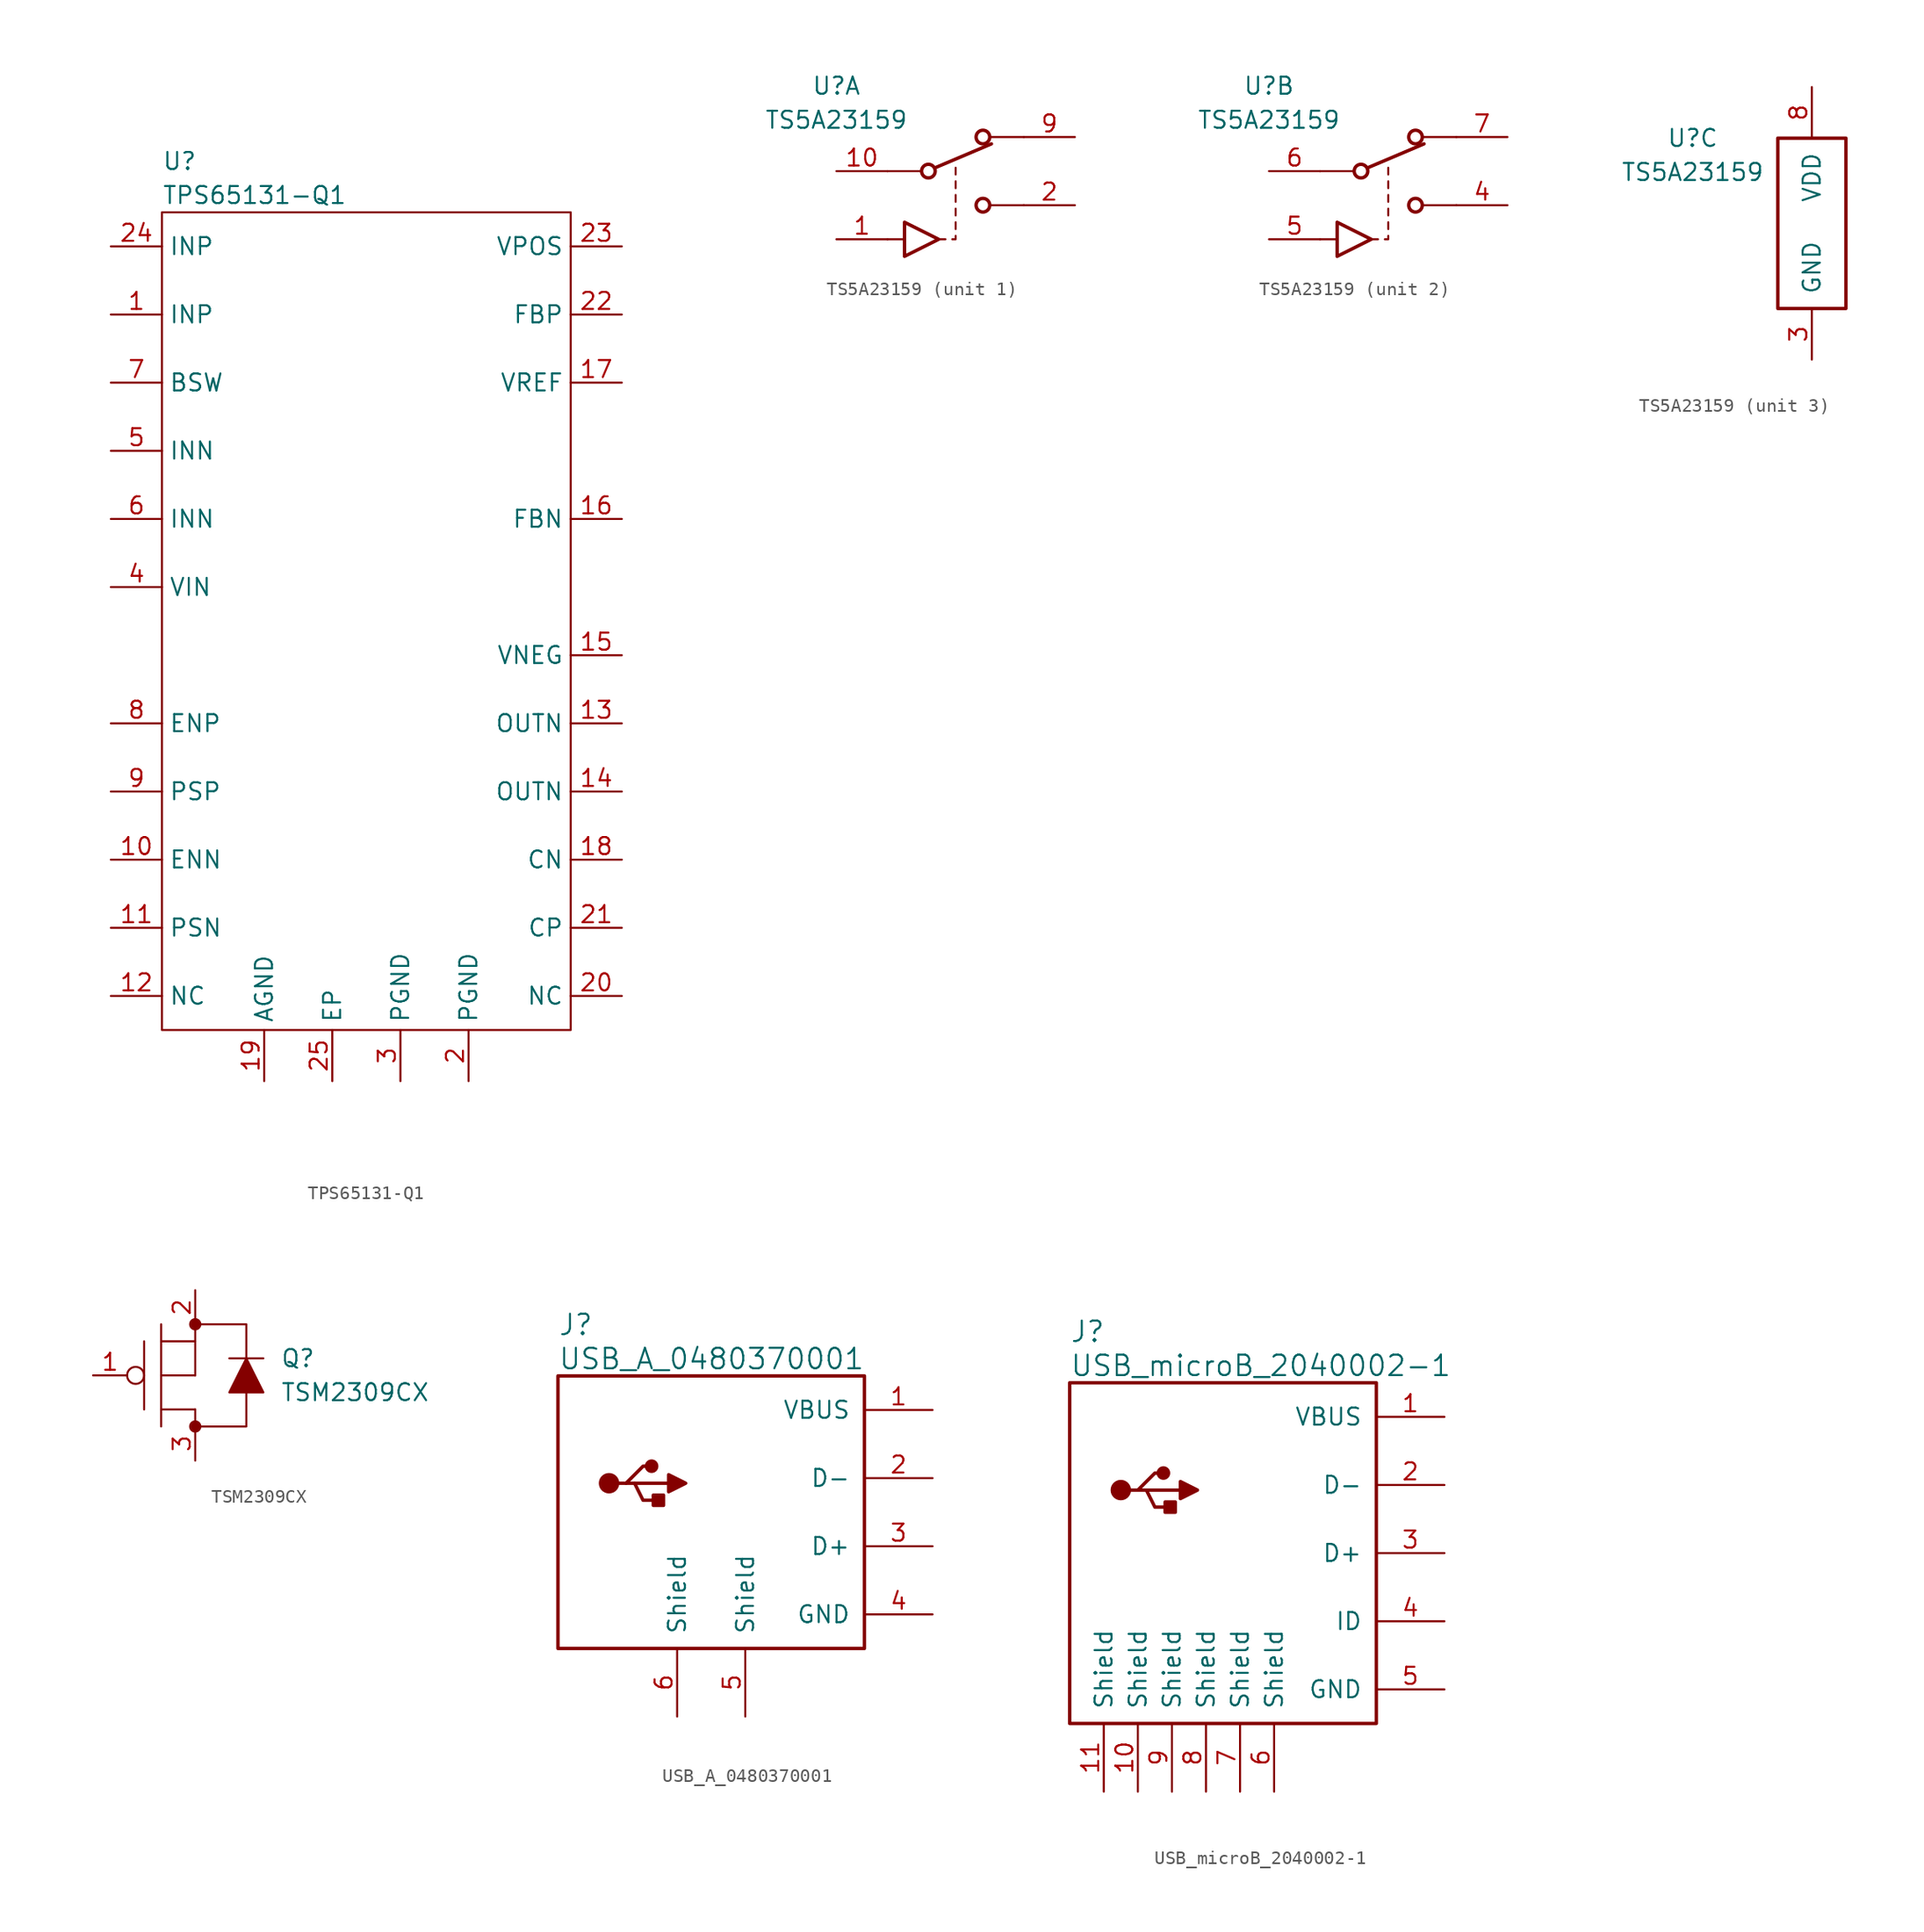
<source format=kicad_sym>
(kicad_symbol_lib
  (version 20211014)
  (generator kicad_symbol_editor)
  (symbol "TPS65131-Q1"
    (property "Reference" "U"
      (at -15.24 34.29 0)
      (effects (font (size 1.27 1.27)) (justify left)))
    (property "Value" "TPS65131-Q1"
      (at -15.24 31.75 0)
      (effects (font (size 1.27 1.27)) (justify left)))
    (symbol "TPS65131-Q1_0_1"
      (rectangle (start -15.24 30.48) (end 15.24 -30.48) (stroke (width 0) (type default) (color 0 0 0 0)) (fill (type none))))
    (symbol "TPS65131-Q1_1_1"
      (pin input line (at -19.05 22.86 0) (length 3.81) (name "INP" (effects (font (size 1.27 1.27)))) (number "1" (effects (font (size 1.27 1.27)))))
      (pin input line (at -19.05 -17.78 0) (length 3.81) (name "ENN" (effects (font (size 1.27 1.27)))) (number "10" (effects (font (size 1.27 1.27)))))
      (pin input line (at -19.05 -22.86 0) (length 3.81) (name "PSN" (effects (font (size 1.27 1.27)))) (number "11" (effects (font (size 1.27 1.27)))))
      (pin input line (at -19.05 -27.94 0) (length 3.81) (name "NC" (effects (font (size 1.27 1.27)))) (number "12" (effects (font (size 1.27 1.27)))))
      (pin input line (at 19.05 -7.62 180) (length 3.81) (name "OUTN" (effects (font (size 1.27 1.27)))) (number "13" (effects (font (size 1.27 1.27)))))
      (pin input line (at 19.05 -12.7 180) (length 3.81) (name "OUTN" (effects (font (size 1.27 1.27)))) (number "14" (effects (font (size 1.27 1.27)))))
      (pin input line (at 19.05 -2.54 180) (length 3.81) (name "VNEG" (effects (font (size 1.27 1.27)))) (number "15" (effects (font (size 1.27 1.27)))))
      (pin input line (at 19.05 7.62 180) (length 3.81) (name "FBN" (effects (font (size 1.27 1.27)))) (number "16" (effects (font (size 1.27 1.27)))))
      (pin input line (at 19.05 17.78 180) (length 3.81) (name "VREF" (effects (font (size 1.27 1.27)))) (number "17" (effects (font (size 1.27 1.27)))))
      (pin input line (at 19.05 -17.78 180) (length 3.81) (name "CN" (effects (font (size 1.27 1.27)))) (number "18" (effects (font (size 1.27 1.27)))))
      (pin input line (at -7.62 -34.29 90) (length 3.81) (name "AGND" (effects (font (size 1.27 1.27)))) (number "19" (effects (font (size 1.27 1.27)))))
      (pin input line (at 7.62 -34.29 90) (length 3.81) (name "PGND" (effects (font (size 1.27 1.27)))) (number "2" (effects (font (size 1.27 1.27)))))
      (pin input line (at 19.05 -27.94 180) (length 3.81) (name "NC" (effects (font (size 1.27 1.27)))) (number "20" (effects (font (size 1.27 1.27)))))
      (pin input line (at 19.05 -22.86 180) (length 3.81) (name "CP" (effects (font (size 1.27 1.27)))) (number "21" (effects (font (size 1.27 1.27)))))
      (pin input line (at 19.05 22.86 180) (length 3.81) (name "FBP" (effects (font (size 1.27 1.27)))) (number "22" (effects (font (size 1.27 1.27)))))
      (pin input line (at 19.05 27.94 180) (length 3.81) (name "VPOS" (effects (font (size 1.27 1.27)))) (number "23" (effects (font (size 1.27 1.27)))))
      (pin input line (at -19.05 27.94 0) (length 3.81) (name "INP" (effects (font (size 1.27 1.27)))) (number "24" (effects (font (size 1.27 1.27)))))
      (pin input line (at -2.54 -34.29 90) (length 3.81) (name "EP" (effects (font (size 1.27 1.27)))) (number "25" (effects (font (size 1.27 1.27)))))
      (pin input line (at 2.54 -34.29 90) (length 3.81) (name "PGND" (effects (font (size 1.27 1.27)))) (number "3" (effects (font (size 1.27 1.27)))))
      (pin input line (at -19.05 2.54 0) (length 3.81) (name "VIN" (effects (font (size 1.27 1.27)))) (number "4" (effects (font (size 1.27 1.27)))))
      (pin input line (at -19.05 12.7 0) (length 3.81) (name "INN" (effects (font (size 1.27 1.27)))) (number "5" (effects (font (size 1.27 1.27)))))
      (pin input line (at -19.05 7.62 0) (length 3.81) (name "INN" (effects (font (size 1.27 1.27)))) (number "6" (effects (font (size 1.27 1.27)))))
      (pin input line (at -19.05 17.78 0) (length 3.81) (name "BSW" (effects (font (size 1.27 1.27)))) (number "7" (effects (font (size 1.27 1.27)))))
      (pin input line (at -19.05 -7.62 0) (length 3.81) (name "ENP" (effects (font (size 1.27 1.27)))) (number "8" (effects (font (size 1.27 1.27)))))
      (pin input line (at -19.05 -12.7 0) (length 3.81) (name "PSP" (effects (font (size 1.27 1.27)))) (number "9" (effects (font (size 1.27 1.27)))))))
  (symbol "TS5A23159"
    (pin_names
      (offset 1.016))
    (property "Reference" "U"
      (at -8.89 6.35 0)
      (effects (font (size 1.27 1.27))))
    (property "Value" "TS5A23159"
      (at -8.89 3.81 0)
      (effects (font (size 1.27 1.27))))
    (property "ki_locked" ""
      (at 0 0 0)
      (effects (font (size 1.27 1.27))))
    (symbol "TS5A23159_1_1"
      (circle (center -2.032 0) (radius 0.508) (stroke (width 0.254) (type default) (color 0 0 0 0)) (fill (type none)))
      (polyline (pts (xy -3.81 -5.08) (xy -5.08 -5.08)) (stroke (width 0) (type default) (color 0 0 0 0)) (fill (type none)))
      (polyline (pts (xy -2.54 0) (xy -5.08 0)) (stroke (width 0) (type default) (color 0 0 0 0)) (fill (type none)))
      (polyline (pts (xy -1.524 0.254) (xy 2.667 2.032)) (stroke (width 0.254) (type default) (color 0 0 0 0)) (fill (type none)))
      (polyline (pts (xy -1.27 -5.08) (xy -0.762 -5.08)) (stroke (width 0) (type default) (color 0 0 0 0)) (fill (type none)))
      (polyline (pts (xy 0 -4.318) (xy 0 -3.81)) (stroke (width 0) (type default) (color 0 0 0 0)) (fill (type none)))
      (polyline (pts (xy 0 -3.302) (xy 0 -2.794)) (stroke (width 0) (type default) (color 0 0 0 0)) (fill (type none)))
      (polyline (pts (xy 0 -2.286) (xy 0 -1.778)) (stroke (width 0) (type default) (color 0 0 0 0)) (fill (type none)))
      (polyline (pts (xy 0 -1.27) (xy 0 -0.762)) (stroke (width 0) (type default) (color 0 0 0 0)) (fill (type none)))
      (polyline (pts (xy 0 -0.254) (xy 0 0.254)) (stroke (width 0) (type default) (color 0 0 0 0)) (fill (type none)))
      (polyline (pts (xy 2.54 -2.54) (xy 5.08 -2.54)) (stroke (width 0) (type default) (color 0 0 0 0)) (fill (type none)))
      (polyline (pts (xy 2.54 2.54) (xy 5.08 2.54)) (stroke (width 0) (type default) (color 0 0 0 0)) (fill (type none)))
      (polyline (pts (xy -0.254 -5.08) (xy 0 -5.08) (xy 0 -4.826)) (stroke (width 0) (type default) (color 0 0 0 0)) (fill (type none)))
      (polyline (pts (xy -3.81 -3.81) (xy -1.27 -5.08) (xy -3.81 -6.35) (xy -3.81 -3.81)) (stroke (width 0.254) (type default) (color 0 0 0 0)) (fill (type none)))
      (circle (center 2.032 -2.54) (radius 0.508) (stroke (width 0.254) (type default) (color 0 0 0 0)) (fill (type none)))
      (circle (center 2.032 2.54) (radius 0.508) (stroke (width 0.254) (type default) (color 0 0 0 0)) (fill (type none)))
      (pin input line (at -8.89 -5.08 0) (length 3.81) (name "~" (effects (font (size 1.27 1.27)))) (number "1" (effects (font (size 1.27 1.27)))))
      (pin input line (at -8.89 0 0) (length 3.81) (name "~" (effects (font (size 1.27 1.27)))) (number "10" (effects (font (size 1.27 1.27)))))
      (pin passive line (at 8.89 -2.54 180) (length 3.81) (name "~" (effects (font (size 1.27 1.27)))) (number "2" (effects (font (size 1.27 1.27)))))
      (pin passive line (at 8.89 2.54 180) (length 3.81) (name "~" (effects (font (size 1.27 1.27)))) (number "9" (effects (font (size 1.27 1.27))))))
    (symbol "TS5A23159_2_1"
      (circle (center -2.032 0) (radius 0.508) (stroke (width 0.254) (type default) (color 0 0 0 0)) (fill (type none)))
      (polyline (pts (xy -5.08 -5.08) (xy -3.81 -5.08)) (stroke (width 0) (type default) (color 0 0 0 0)) (fill (type none)))
      (polyline (pts (xy -2.54 0) (xy -5.08 0)) (stroke (width 0) (type default) (color 0 0 0 0)) (fill (type none)))
      (polyline (pts (xy -1.524 0.254) (xy 2.667 2.032)) (stroke (width 0.254) (type default) (color 0 0 0 0)) (fill (type none)))
      (polyline (pts (xy -1.27 -5.08) (xy -0.762 -5.08)) (stroke (width 0) (type default) (color 0 0 0 0)) (fill (type none)))
      (polyline (pts (xy 0 -4.318) (xy 0 -3.81)) (stroke (width 0) (type default) (color 0 0 0 0)) (fill (type none)))
      (polyline (pts (xy 0 -3.302) (xy 0 -2.794)) (stroke (width 0) (type default) (color 0 0 0 0)) (fill (type none)))
      (polyline (pts (xy 0 -2.286) (xy 0 -1.778)) (stroke (width 0) (type default) (color 0 0 0 0)) (fill (type none)))
      (polyline (pts (xy 0 -0.254) (xy 0 0.254)) (stroke (width 0) (type default) (color 0 0 0 0)) (fill (type none)))
      (polyline (pts (xy 2.54 -2.54) (xy 5.08 -2.54)) (stroke (width 0) (type default) (color 0 0 0 0)) (fill (type none)))
      (polyline (pts (xy 2.54 2.54) (xy 5.08 2.54)) (stroke (width 0) (type default) (color 0 0 0 0)) (fill (type none)))
      (polyline (pts (xy -0.254 -5.08) (xy 0 -5.08) (xy 0 -4.826)) (stroke (width 0) (type default) (color 0 0 0 0)) (fill (type none)))
      (polyline (pts (xy 0 -1.27) (xy 0 -0.762) (xy 0 -1.016)) (stroke (width 0) (type default) (color 0 0 0 0)) (fill (type none)))
      (polyline (pts (xy -3.81 -5.08) (xy -3.81 -3.81) (xy -1.27 -5.08) (xy -3.81 -6.35) (xy -3.81 -5.08)) (stroke (width 0.254) (type default) (color 0 0 0 0)) (fill (type none)))
      (circle (center 2.032 -2.54) (radius 0.508) (stroke (width 0.254) (type default) (color 0 0 0 0)) (fill (type none)))
      (circle (center 2.032 2.54) (radius 0.508) (stroke (width 0.254) (type default) (color 0 0 0 0)) (fill (type none)))
      (pin passive line (at 8.89 -2.54 180) (length 3.81) (name "~" (effects (font (size 1.27 1.27)))) (number "4" (effects (font (size 1.27 1.27)))))
      (pin input line (at -8.89 -5.08 0) (length 3.81) (name "~" (effects (font (size 1.27 1.27)))) (number "5" (effects (font (size 1.27 1.27)))))
      (pin passive line (at -8.89 0 0) (length 3.81) (name "~" (effects (font (size 1.27 1.27)))) (number "6" (effects (font (size 1.27 1.27)))))
      (pin passive line (at 8.89 2.54 180) (length 3.81) (name "~" (effects (font (size 1.27 1.27)))) (number "7" (effects (font (size 1.27 1.27))))))
    (symbol "TS5A23159_3_1"
      (rectangle (start -2.54 6.35) (end 2.54 -6.35) (stroke (width 0.254) (type default) (color 0 0 0 0)) (fill (type none)))
      (pin power_in line (at 0 -10.16 90) (length 3.81) (name "GND" (effects (font (size 1.27 1.27)))) (number "3" (effects (font (size 1.27 1.27)))))
      (pin power_in line (at 0 10.16 270) (length 3.81) (name "VDD" (effects (font (size 1.27 1.27)))) (number "8" (effects (font (size 1.27 1.27)))))))
  (symbol "TSM2309CX"
    (pin_names
      (offset 1.016))
    (property "Reference" "Q"
      (at 6.35 1.27 0)
      (effects (font (size 1.27 1.27)) (justify left)))
    (property "Value" "TSM2309CX"
      (at 6.35 -1.27 0)
      (effects (font (size 1.27 1.27)) (justify left)))
    (symbol "TSM2309CX_0_1"
      (circle (center -4.445 0) (radius 0.635) (stroke (width 0) (type default) (color 0 0 0 0)) (fill (type none)))
      (circle (center 0 -3.81) (radius 0.381) (stroke (width 0) (type default) (color 0 0 0 0)) (fill (type outline)))
      (polyline (pts (xy -3.81 2.54) (xy -3.81 -2.54)) (stroke (width 0) (type default) (color 0 0 0 0)) (fill (type none)))
      (polyline (pts (xy -2.54 -2.54) (xy 0 -2.54)) (stroke (width 0) (type default) (color 0 0 0 0)) (fill (type none)))
      (polyline (pts (xy -2.54 0) (xy 0 0)) (stroke (width 0) (type default) (color 0 0 0 0)) (fill (type none)))
      (polyline (pts (xy -2.54 3.81) (xy -2.54 -3.81)) (stroke (width 0) (type default) (color 0 0 0 0)) (fill (type none)))
      (polyline (pts (xy 0 -2.54) (xy 0 -3.81)) (stroke (width 0) (type default) (color 0 0 0 0)) (fill (type none)))
      (polyline (pts (xy 0 2.54) (xy -2.54 2.54)) (stroke (width 0) (type default) (color 0 0 0 0)) (fill (type none)))
      (polyline (pts (xy 2.54 1.27) (xy 5.08 1.27)) (stroke (width 0) (type default) (color 0 0 0 0)) (fill (type none)))
      (polyline (pts (xy 0 -3.81) (xy 3.81 -3.81) (xy 3.81 -1.27)) (stroke (width 0) (type default) (color 0 0 0 0)) (fill (type none)))
      (polyline (pts (xy 0 2.54) (xy 0 3.81) (xy 3.81 3.81) (xy 3.81 1.27)) (stroke (width 0) (type default) (color 0 0 0 0)) (fill (type none)))
      (polyline (pts (xy 3.81 1.27) (xy 2.54 -1.27) (xy 5.08 -1.27) (xy 3.81 1.27)) (stroke (width 0) (type default) (color 0 0 0 0)) (fill (type outline)))
      (circle (center 0 3.81) (radius 0.381) (stroke (width 0) (type default) (color 0 0 0 0)) (fill (type outline))))
    (symbol "TSM2309CX_1_1"
      (polyline (pts (xy 0 2.54) (xy 0 0)) (stroke (width 0) (type default) (color 0 0 0 0)) (fill (type none)))
      (pin input line (at -7.62 0 0) (length 2.54) (name "~" (effects (font (size 1.27 1.27)))) (number "1" (effects (font (size 1.27 1.27)))))
      (pin input line (at 0 6.35 270) (length 2.54) (name "~" (effects (font (size 1.27 1.27)))) (number "2" (effects (font (size 1.27 1.27)))))
      (pin input line (at 0 -6.35 90) (length 2.54) (name "~" (effects (font (size 1.27 1.27)))) (number "3" (effects (font (size 1.27 1.27)))))))
  (symbol "USB_A_0480370001"
    (pin_names
      (offset 1.016))
    (property "Reference" "J"
      (at -11.43 16.51 0)
      (effects (font (size 1.524 1.524)) (justify left)))
    (property "Value" "USB_A_0480370001"
      (at -11.43 13.97 0)
      (effects (font (size 1.524 1.524)) (justify left)))
    (symbol "USB_A_0480370001_0_1"
      (circle (center -7.62 4.699) (radius 0.635) (stroke (width 0.254) (type default) (color 0 0 0 0)) (fill (type outline)))
      (circle (center -4.445 5.969) (radius 0.381) (stroke (width 0.254) (type default) (color 0 0 0 0)) (fill (type outline)))
      (rectangle (start -3.556 3.81) (end -4.318 3.048) (stroke (width 0.254) (type default) (color 0 0 0 0)) (fill (type outline)))
      (polyline (pts (xy -5.715 4.699) (xy -3.175 4.699)) (stroke (width 0.254) (type default) (color 0 0 0 0)) (fill (type none)))
      (polyline (pts (xy -6.985 4.699) (xy -6.35 4.699) (xy -5.08 5.969) (xy -4.445 5.969)) (stroke (width 0.254) (type default) (color 0 0 0 0)) (fill (type none)))
      (polyline (pts (xy -6.35 4.699) (xy -5.715 4.699) (xy -5.08 3.429) (xy -3.81 3.429)) (stroke (width 0.254) (type default) (color 0 0 0 0)) (fill (type none)))
      (polyline (pts (xy -3.175 5.334) (xy -3.175 4.064) (xy -1.905 4.699) (xy -3.175 5.334)) (stroke (width 0.254) (type default) (color 0 0 0 0)) (fill (type outline)))
      (rectangle (start 11.43 -7.62) (end -11.43 12.7) (stroke (width 0.254) (type default) (color 0 0 0 0)) (fill (type none))))
    (symbol "USB_A_0480370001_1_1"
      (pin power_in line (at 16.51 10.16 180) (length 5.08) (name "VBUS" (effects (font (size 1.27 1.27)))) (number "1" (effects (font (size 1.27 1.27)))))
      (pin passive line (at 16.51 5.08 180) (length 5.08) (name "D-" (effects (font (size 1.27 1.27)))) (number "2" (effects (font (size 1.27 1.27)))))
      (pin passive line (at 16.51 0 180) (length 5.08) (name "D+" (effects (font (size 1.27 1.27)))) (number "3" (effects (font (size 1.27 1.27)))))
      (pin passive line (at 16.51 -5.08 180) (length 5.08) (name "GND" (effects (font (size 1.27 1.27)))) (number "4" (effects (font (size 1.27 1.27)))))
      (pin power_in line (at 2.54 -12.7 90) (length 5.08) (name "Shield" (effects (font (size 1.27 1.27)))) (number "5" (effects (font (size 1.27 1.27)))))
      (pin passive line (at -2.54 -12.7 90) (length 5.08) (name "Shield" (effects (font (size 1.27 1.27)))) (number "6" (effects (font (size 1.27 1.27)))))))
  (symbol "USB_microB_2040002-1"
    (pin_names
      (offset 1.016))
    (property "Reference" "J"
      (at -11.43 16.51 0)
      (effects (font (size 1.524 1.524)) (justify left)))
    (property "Value" "USB_microB_2040002-1"
      (at -11.43 13.97 0)
      (effects (font (size 1.524 1.524)) (justify left)))
    (symbol "USB_microB_2040002-1_0_1"
      (circle (center -7.62 4.699) (radius 0.635) (stroke (width 0.254) (type default) (color 0 0 0 0)) (fill (type outline)))
      (circle (center -4.445 5.969) (radius 0.381) (stroke (width 0.254) (type default) (color 0 0 0 0)) (fill (type outline)))
      (rectangle (start -3.556 3.81) (end -4.318 3.048) (stroke (width 0.254) (type default) (color 0 0 0 0)) (fill (type outline)))
      (polyline (pts (xy -5.715 4.699) (xy -3.175 4.699)) (stroke (width 0.254) (type default) (color 0 0 0 0)) (fill (type none)))
      (polyline (pts (xy -6.985 4.699) (xy -6.35 4.699) (xy -5.08 5.969) (xy -4.445 5.969)) (stroke (width 0.254) (type default) (color 0 0 0 0)) (fill (type none)))
      (polyline (pts (xy -6.35 4.699) (xy -5.715 4.699) (xy -5.08 3.429) (xy -3.81 3.429)) (stroke (width 0.254) (type default) (color 0 0 0 0)) (fill (type none)))
      (polyline (pts (xy -3.175 5.334) (xy -3.175 4.064) (xy -1.905 4.699) (xy -3.175 5.334)) (stroke (width 0.254) (type default) (color 0 0 0 0)) (fill (type outline)))
      (rectangle (start 11.43 -12.7) (end -11.43 12.7) (stroke (width 0.254) (type default) (color 0 0 0 0)) (fill (type none))))
    (symbol "USB_microB_2040002-1_1_1"
      (pin power_in line (at 16.51 10.16 180) (length 5.08) (name "VBUS" (effects (font (size 1.27 1.27)))) (number "1" (effects (font (size 1.27 1.27)))))
      (pin passive line (at -6.35 -17.78 90) (length 5.08) (name "Shield" (effects (font (size 1.27 1.27)))) (number "10" (effects (font (size 1.27 1.27)))))
      (pin passive line (at -8.89 -17.78 90) (length 5.08) (name "Shield" (effects (font (size 1.27 1.27)))) (number "11" (effects (font (size 1.27 1.27)))))
      (pin passive line (at 16.51 5.08 180) (length 5.08) (name "D-" (effects (font (size 1.27 1.27)))) (number "2" (effects (font (size 1.27 1.27)))))
      (pin passive line (at 16.51 0 180) (length 5.08) (name "D+" (effects (font (size 1.27 1.27)))) (number "3" (effects (font (size 1.27 1.27)))))
      (pin passive line (at 16.51 -5.08 180) (length 5.08) (name "ID" (effects (font (size 1.27 1.27)))) (number "4" (effects (font (size 1.27 1.27)))))
      (pin power_in line (at 16.51 -10.16 180) (length 5.08) (name "GND" (effects (font (size 1.27 1.27)))) (number "5" (effects (font (size 1.27 1.27)))))
      (pin passive line (at 3.81 -17.78 90) (length 5.08) (name "Shield" (effects (font (size 1.27 1.27)))) (number "6" (effects (font (size 1.27 1.27)))))
      (pin passive line (at 1.27 -17.78 90) (length 5.08) (name "Shield" (effects (font (size 1.27 1.27)))) (number "7" (effects (font (size 1.27 1.27)))))
      (pin passive line (at -1.27 -17.78 90) (length 5.08) (name "Shield" (effects (font (size 1.27 1.27)))) (number "8" (effects (font (size 1.27 1.27)))))
      (pin passive line (at -3.81 -17.78 90) (length 5.08) (name "Shield" (effects (font (size 1.27 1.27)))) (number "9" (effects (font (size 1.27 1.27))))))))
</source>
